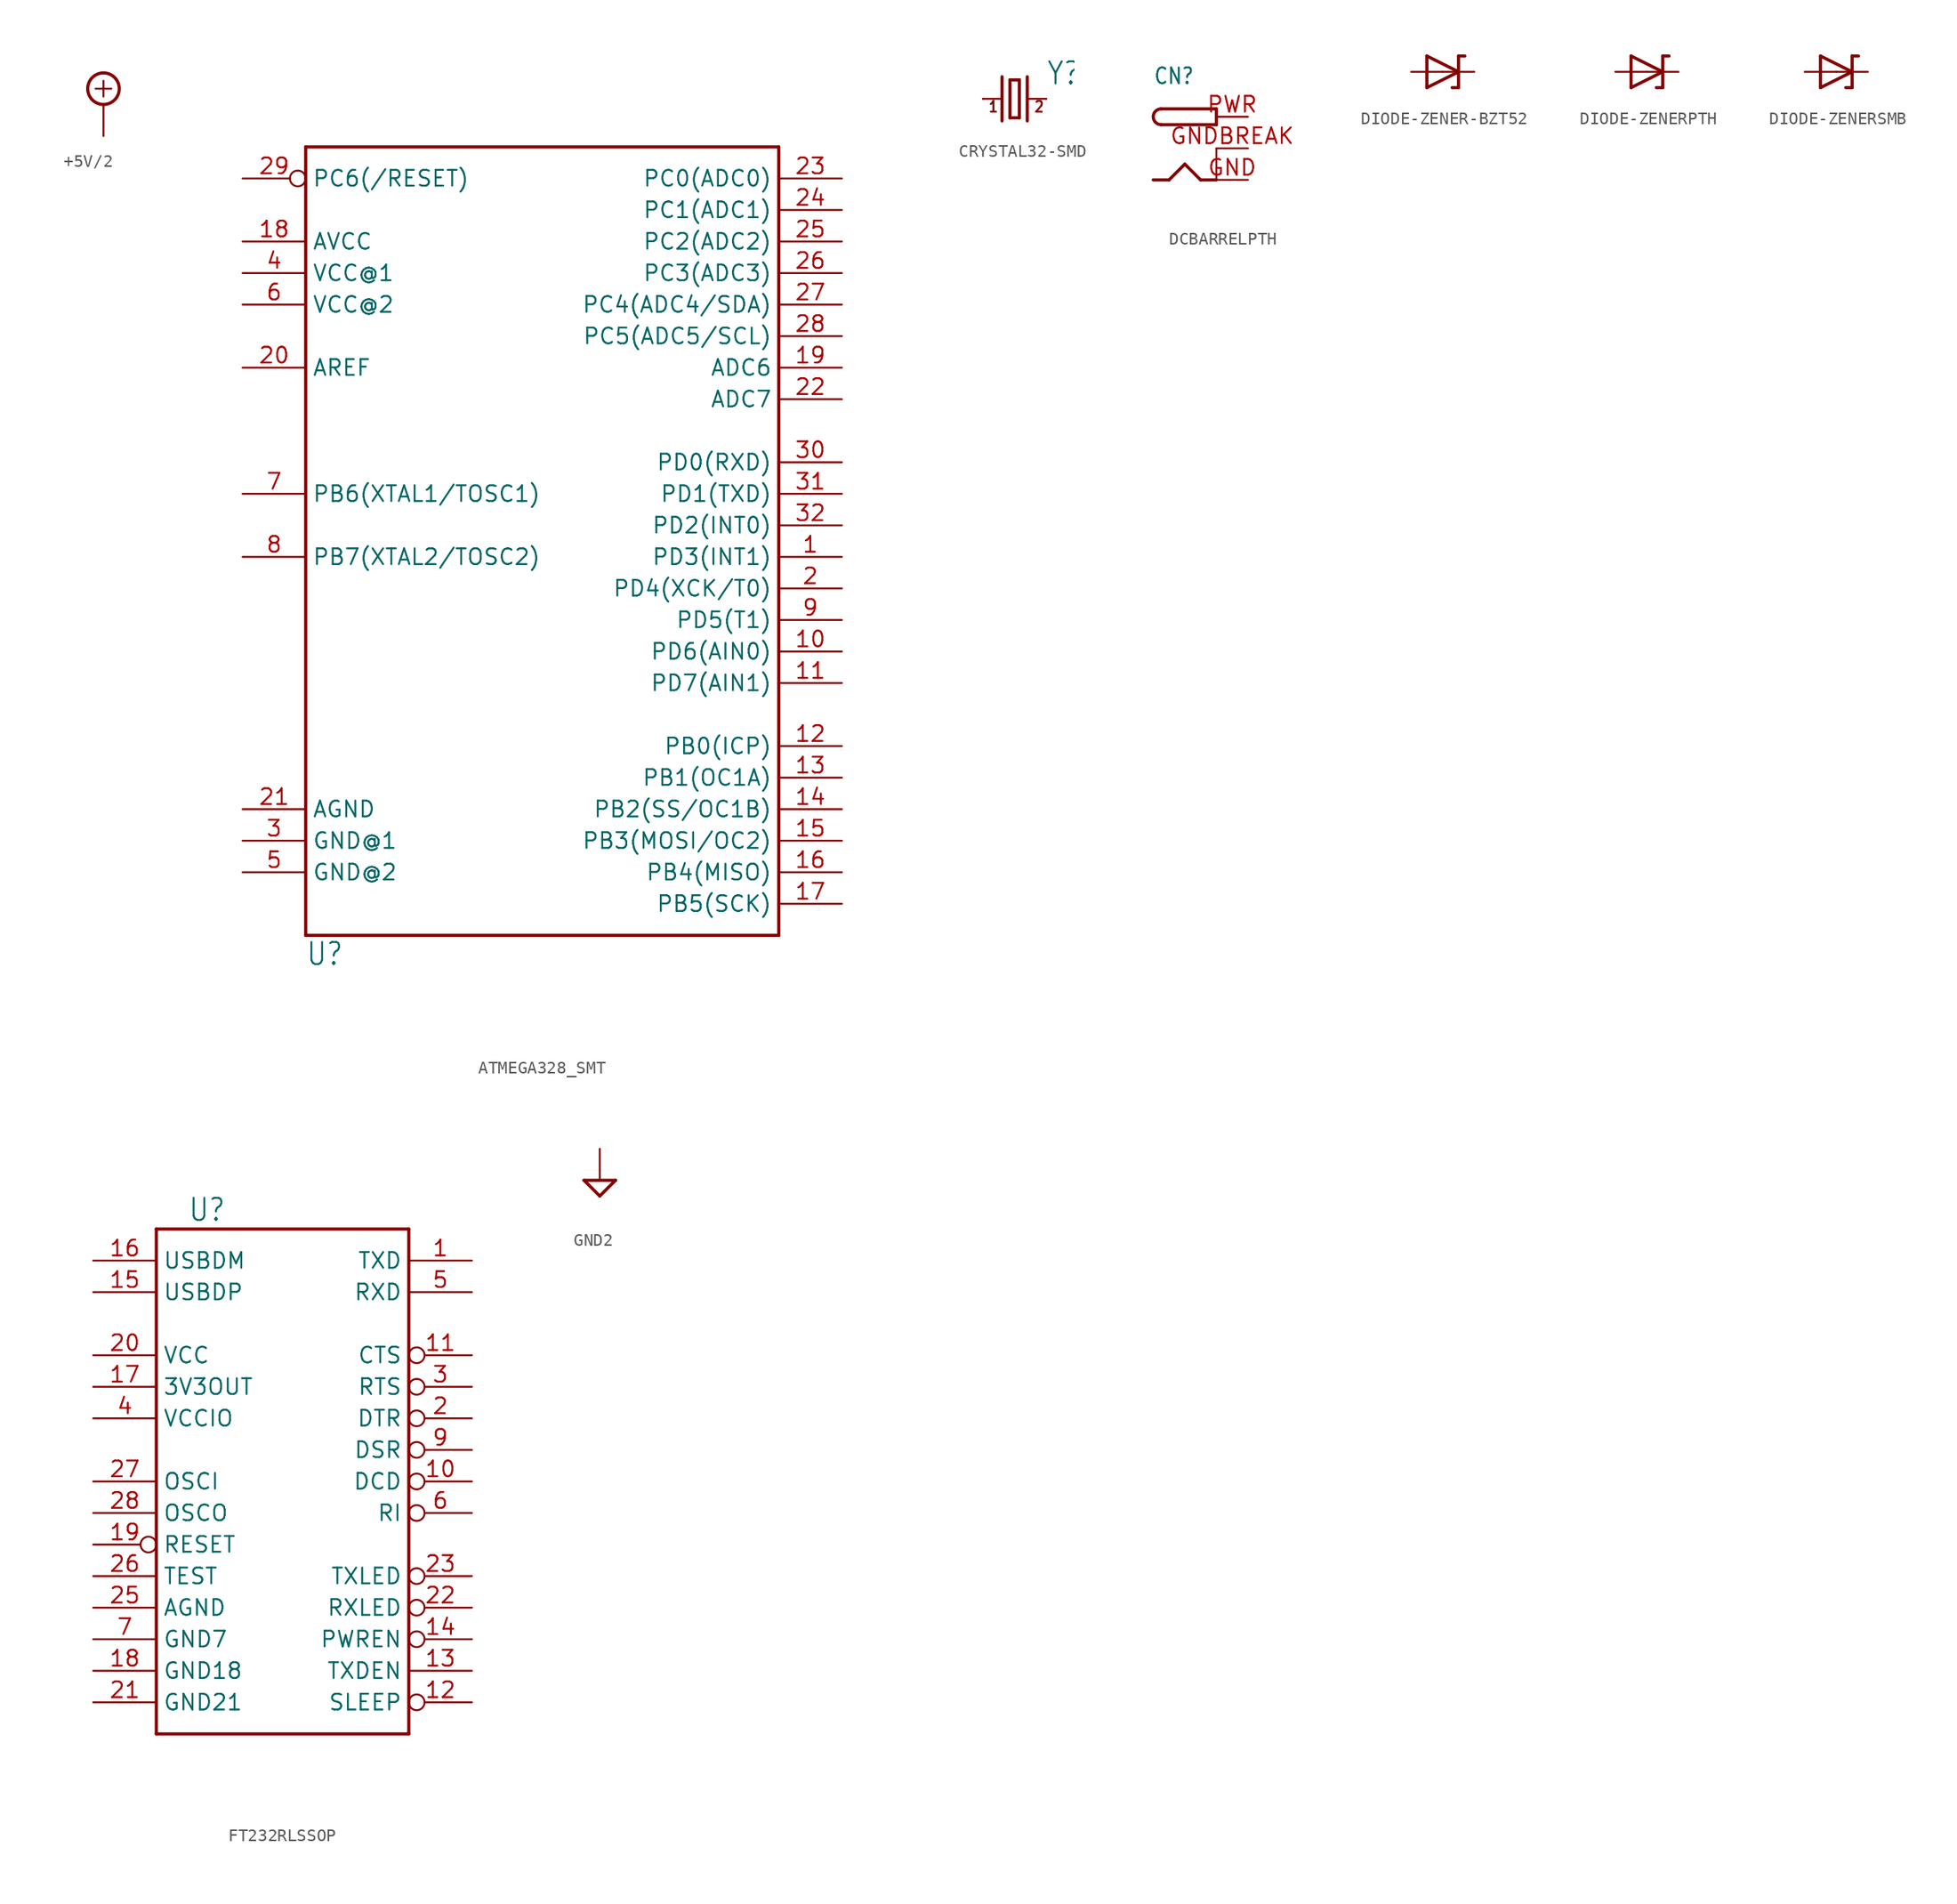
<source format=kicad_sym>
(kicad_symbol_lib
  (version 20231120)
  (generator "kicad_symbol_editor")
  (generator_version "8.0")
  (symbol "+5V/2"
    (power)
    (property "Reference" "#SUPPLY"
      (at 0 0 0)
      (effects (font (size 1.27 1.27)) (hide yes)))
    (property "Value" ""
      (at -3.81 3.175 0)
      (effects (font (size 1.778 1.511)) (justify left bottom)))
    (property "ki_locked" ""
      (at 0 0 0)
      (effects (font (size 1.27 1.27))))
    (symbol "+5V/2_1_0"
      (polyline (pts (xy -0.635 1.27) (xy 0.635 1.27)) (stroke (width 0.152) (type solid)) (fill (type none)))
      (polyline (pts (xy 0 0.635) (xy 0 1.905)) (stroke (width 0.152) (type solid)) (fill (type none)))
      (circle (center 0 1.27) (radius 1.27) (stroke (width 0.254) (type solid)) (fill (type none)))
      (pin power_in line (at 0 -2.54 90) (length 2.54) (name "+5V/2" (effects (font (size 0 0)))) (number "1" (effects (font (size 0 0)))))))
  (symbol "ATMEGA328_SMT"
    (property "Reference" "U"
      (at -17.78 -38.1 0)
      (effects (font (size 1.778 1.511)) (justify left bottom)))
    (property "Value" ""
      (at -17.78 28.448 0)
      (effects (font (size 1.778 1.511)) (justify left bottom)))
    (property "ki_locked" ""
      (at 0 0 0)
      (effects (font (size 1.27 1.27))))
    (symbol "ATMEGA328_SMT_1_0"
      (polyline (pts (xy -17.78 -35.56) (xy -17.78 27.94)) (stroke (width 0.254) (type solid)) (fill (type none)))
      (polyline (pts (xy -17.78 27.94) (xy 20.32 27.94)) (stroke (width 0.254) (type solid)) (fill (type none)))
      (polyline (pts (xy 20.32 -35.56) (xy -17.78 -35.56)) (stroke (width 0.254) (type solid)) (fill (type none)))
      (polyline (pts (xy 20.32 27.94) (xy 20.32 -35.56)) (stroke (width 0.254) (type solid)) (fill (type none)))
      (pin bidirectional line (at 25.4 -5.08 180) (length 5.08) (name "PD3(INT1)" (effects (font (size 1.27 1.27)))) (number "1" (effects (font (size 1.27 1.27)))))
      (pin bidirectional line (at 25.4 -12.7 180) (length 5.08) (name "PD6(AIN0)" (effects (font (size 1.27 1.27)))) (number "10" (effects (font (size 1.27 1.27)))))
      (pin bidirectional line (at 25.4 -15.24 180) (length 5.08) (name "PD7(AIN1)" (effects (font (size 1.27 1.27)))) (number "11" (effects (font (size 1.27 1.27)))))
      (pin bidirectional line (at 25.4 -20.32 180) (length 5.08) (name "PB0(ICP)" (effects (font (size 1.27 1.27)))) (number "12" (effects (font (size 1.27 1.27)))))
      (pin bidirectional line (at 25.4 -22.86 180) (length 5.08) (name "PB1(OC1A)" (effects (font (size 1.27 1.27)))) (number "13" (effects (font (size 1.27 1.27)))))
      (pin bidirectional line (at 25.4 -25.4 180) (length 5.08) (name "PB2(SS/OC1B)" (effects (font (size 1.27 1.27)))) (number "14" (effects (font (size 1.27 1.27)))))
      (pin bidirectional line (at 25.4 -27.94 180) (length 5.08) (name "PB3(MOSI/OC2)" (effects (font (size 1.27 1.27)))) (number "15" (effects (font (size 1.27 1.27)))))
      (pin bidirectional line (at 25.4 -30.48 180) (length 5.08) (name "PB4(MISO)" (effects (font (size 1.27 1.27)))) (number "16" (effects (font (size 1.27 1.27)))))
      (pin bidirectional line (at 25.4 -33.02 180) (length 5.08) (name "PB5(SCK)" (effects (font (size 1.27 1.27)))) (number "17" (effects (font (size 1.27 1.27)))))
      (pin bidirectional line (at -22.86 20.32 0) (length 5.08) (name "AVCC" (effects (font (size 1.27 1.27)))) (number "18" (effects (font (size 1.27 1.27)))))
      (pin bidirectional line (at 25.4 10.16 180) (length 5.08) (name "ADC6" (effects (font (size 1.27 1.27)))) (number "19" (effects (font (size 1.27 1.27)))))
      (pin bidirectional line (at 25.4 -7.62 180) (length 5.08) (name "PD4(XCK/T0)" (effects (font (size 1.27 1.27)))) (number "2" (effects (font (size 1.27 1.27)))))
      (pin bidirectional line (at -22.86 10.16 0) (length 5.08) (name "AREF" (effects (font (size 1.27 1.27)))) (number "20" (effects (font (size 1.27 1.27)))))
      (pin bidirectional line (at -22.86 -25.4 0) (length 5.08) (name "AGND" (effects (font (size 1.27 1.27)))) (number "21" (effects (font (size 1.27 1.27)))))
      (pin bidirectional line (at 25.4 7.62 180) (length 5.08) (name "ADC7" (effects (font (size 1.27 1.27)))) (number "22" (effects (font (size 1.27 1.27)))))
      (pin bidirectional line (at 25.4 25.4 180) (length 5.08) (name "PC0(ADC0)" (effects (font (size 1.27 1.27)))) (number "23" (effects (font (size 1.27 1.27)))))
      (pin bidirectional line (at 25.4 22.86 180) (length 5.08) (name "PC1(ADC1)" (effects (font (size 1.27 1.27)))) (number "24" (effects (font (size 1.27 1.27)))))
      (pin bidirectional line (at 25.4 20.32 180) (length 5.08) (name "PC2(ADC2)" (effects (font (size 1.27 1.27)))) (number "25" (effects (font (size 1.27 1.27)))))
      (pin bidirectional line (at 25.4 17.78 180) (length 5.08) (name "PC3(ADC3)" (effects (font (size 1.27 1.27)))) (number "26" (effects (font (size 1.27 1.27)))))
      (pin bidirectional line (at 25.4 15.24 180) (length 5.08) (name "PC4(ADC4/SDA)" (effects (font (size 1.27 1.27)))) (number "27" (effects (font (size 1.27 1.27)))))
      (pin bidirectional line (at 25.4 12.7 180) (length 5.08) (name "PC5(ADC5/SCL)" (effects (font (size 1.27 1.27)))) (number "28" (effects (font (size 1.27 1.27)))))
      (pin bidirectional inverted (at -22.86 25.4 0) (length 5.08) (name "PC6(/RESET)" (effects (font (size 1.27 1.27)))) (number "29" (effects (font (size 1.27 1.27)))))
      (pin bidirectional line (at -22.86 -27.94 0) (length 5.08) (name "GND@1" (effects (font (size 1.27 1.27)))) (number "3" (effects (font (size 1.27 1.27)))))
      (pin bidirectional line (at 25.4 2.54 180) (length 5.08) (name "PD0(RXD)" (effects (font (size 1.27 1.27)))) (number "30" (effects (font (size 1.27 1.27)))))
      (pin bidirectional line (at 25.4 0 180) (length 5.08) (name "PD1(TXD)" (effects (font (size 1.27 1.27)))) (number "31" (effects (font (size 1.27 1.27)))))
      (pin bidirectional line (at 25.4 -2.54 180) (length 5.08) (name "PD2(INT0)" (effects (font (size 1.27 1.27)))) (number "32" (effects (font (size 1.27 1.27)))))
      (pin bidirectional line (at -22.86 17.78 0) (length 5.08) (name "VCC@1" (effects (font (size 1.27 1.27)))) (number "4" (effects (font (size 1.27 1.27)))))
      (pin bidirectional line (at -22.86 -30.48 0) (length 5.08) (name "GND@2" (effects (font (size 1.27 1.27)))) (number "5" (effects (font (size 1.27 1.27)))))
      (pin bidirectional line (at -22.86 15.24 0) (length 5.08) (name "VCC@2" (effects (font (size 1.27 1.27)))) (number "6" (effects (font (size 1.27 1.27)))))
      (pin bidirectional line (at -22.86 0 0) (length 5.08) (name "PB6(XTAL1/TOSC1)" (effects (font (size 1.27 1.27)))) (number "7" (effects (font (size 1.27 1.27)))))
      (pin bidirectional line (at -22.86 -5.08 0) (length 5.08) (name "PB7(XTAL2/TOSC2)" (effects (font (size 1.27 1.27)))) (number "8" (effects (font (size 1.27 1.27)))))
      (pin bidirectional line (at 25.4 -10.16 180) (length 5.08) (name "PD5(T1)" (effects (font (size 1.27 1.27)))) (number "9" (effects (font (size 1.27 1.27)))))))
  (symbol "CRYSTAL32-SMD"
    (property "Reference" "Y"
      (at 2.54 1.016 0)
      (effects (font (size 1.778 1.511)) (justify left bottom)))
    (property "Value" ""
      (at 2.54 -2.54 0)
      (effects (font (size 1.778 1.511)) (justify left bottom)))
    (property "ki_locked" ""
      (at 0 0 0)
      (effects (font (size 1.27 1.27))))
    (symbol "CRYSTAL32-SMD_1_0"
      (polyline (pts (xy -2.54 0) (xy -1.016 0)) (stroke (width 0.152) (type solid)) (fill (type none)))
      (polyline (pts (xy -1.016 1.778) (xy -1.016 -1.778)) (stroke (width 0.254) (type solid)) (fill (type none)))
      (polyline (pts (xy -0.381 -1.524) (xy 0.381 -1.524)) (stroke (width 0.254) (type solid)) (fill (type none)))
      (polyline (pts (xy -0.381 1.524) (xy -0.381 -1.524)) (stroke (width 0.254) (type solid)) (fill (type none)))
      (polyline (pts (xy 0.381 -1.524) (xy 0.381 1.524)) (stroke (width 0.254) (type solid)) (fill (type none)))
      (polyline (pts (xy 0.381 1.524) (xy -0.381 1.524)) (stroke (width 0.254) (type solid)) (fill (type none)))
      (polyline (pts (xy 1.016 0) (xy 2.54 0)) (stroke (width 0.152) (type solid)) (fill (type none)))
      (polyline (pts (xy 1.016 1.778) (xy 1.016 -1.778)) (stroke (width 0.254) (type solid)) (fill (type none)))
      (text "1" (at -2.159 -1.143 0) (effects (font (size 0.864 0.734)) (justify left bottom)))
      (text "2" (at 1.524 -1.143 0) (effects (font (size 0.864 0.734)) (justify left bottom)))
      (pin passive line (at -2.54 0 0) (length 0) (name "1" (effects (font (size 0 0)))) (number "X1" (effects (font (size 0 0)))))
      (pin passive line (at 2.54 0 180) (length 0) (name "2" (effects (font (size 0 0)))) (number "X2" (effects (font (size 0 0)))))))
  (symbol "DCBARRELPTH"
    (property "Reference" "CN"
      (at -5.08 5.08 0)
      (effects (font (size 1.27 1.079)) (justify left bottom)))
    (property "Value" ""
      (at -5.08 -5.08 0)
      (effects (font (size 1.27 1.079)) (justify left bottom)))
    (property "ki_locked" ""
      (at 0 0 0)
      (effects (font (size 1.27 1.27))))
    (symbol "DCBARRELPTH_1_0"
      (arc (start -4.445 3.175) (mid -5.08 2.54) (end -4.445 1.905) (stroke (width 0.254) (type solid)) (fill (type none)))
      (polyline (pts (xy -5.08 -2.54) (xy -3.81 -2.54)) (stroke (width 0.254) (type solid)) (fill (type none)))
      (polyline (pts (xy -3.81 -2.54) (xy -2.54 -1.27)) (stroke (width 0.254) (type solid)) (fill (type none)))
      (polyline (pts (xy -2.54 -1.27) (xy -1.27 -2.54)) (stroke (width 0.254) (type solid)) (fill (type none)))
      (polyline (pts (xy 0 -2.54) (xy -1.27 -2.54)) (stroke (width 0.254) (type solid)) (fill (type none)))
      (polyline (pts (xy 0 0) (xy 0 -2.54)) (stroke (width 0.152) (type solid)) (fill (type none)))
      (polyline (pts (xy 0 1.905) (xy -4.445 1.905)) (stroke (width 0.254) (type solid)) (fill (type none)))
      (polyline (pts (xy 0 3.175) (xy -4.445 3.175)) (stroke (width 0.254) (type solid)) (fill (type none)))
      (polyline (pts (xy 0 3.175) (xy 0 1.905)) (stroke (width 0.254) (type solid)) (fill (type none)))
      (pin power_in line (at 2.54 -2.54 180) (length 2.54) (name "GND" (effects (font (size 0 0)))) (number "GND" (effects (font (size 1.27 1.27)))))
      (pin power_in line (at 2.54 0 180) (length 2.54) (name "GNDBREAK" (effects (font (size 0 0)))) (number "GNDBREAK" (effects (font (size 1.27 1.27)))))
      (pin power_in line (at 2.54 2.54 180) (length 2.54) (name "PWR" (effects (font (size 0 0)))) (number "PWR" (effects (font (size 1.27 1.27)))))))
  (symbol "DIODE-ZENER-BZT52"
    (property "Reference" ""
      (at 2.54 0.483 0)
      (effects (font (size 1.778 1.511)) (justify left bottom) (hide yes)))
    (property "Value" ""
      (at 2.54 -2.311 0)
      (effects (font (size 1.778 1.511)) (justify left bottom)))
    (property "ki_locked" ""
      (at 0 0 0)
      (effects (font (size 1.27 1.27))))
    (symbol "DIODE-ZENER-BZT52_1_0"
      (polyline (pts (xy -1.27 -1.27) (xy 1.27 0)) (stroke (width 0.254) (type solid)) (fill (type none)))
      (polyline (pts (xy -1.27 1.27) (xy -1.27 -1.27)) (stroke (width 0.254) (type solid)) (fill (type none)))
      (polyline (pts (xy 1.27 -1.27) (xy 0.762 -1.27)) (stroke (width 0.254) (type solid)) (fill (type none)))
      (polyline (pts (xy 1.27 0) (xy -1.27 1.27)) (stroke (width 0.254) (type solid)) (fill (type none)))
      (polyline (pts (xy 1.27 0) (xy 1.27 -1.27)) (stroke (width 0.254) (type solid)) (fill (type none)))
      (polyline (pts (xy 1.27 1.27) (xy 1.27 0)) (stroke (width 0.254) (type solid)) (fill (type none)))
      (polyline (pts (xy 1.27 1.27) (xy 1.778 1.27)) (stroke (width 0.254) (type solid)) (fill (type none)))
      (pin passive line (at -2.54 0 0) (length 2.54) (name "A" (effects (font (size 0 0)))) (number "A" (effects (font (size 0 0)))))
      (pin passive line (at 2.54 0 180) (length 2.54) (name "C" (effects (font (size 0 0)))) (number "C" (effects (font (size 0 0)))))))
  (symbol "DIODE-ZENERPTH"
    (property "Reference" ""
      (at 2.54 0.483 0)
      (effects (font (size 1.778 1.511)) (justify left bottom) (hide yes)))
    (property "Value" ""
      (at 2.54 -2.311 0)
      (effects (font (size 1.778 1.511)) (justify left bottom)))
    (property "ki_locked" ""
      (at 0 0 0)
      (effects (font (size 1.27 1.27))))
    (symbol "DIODE-ZENERPTH_1_0"
      (polyline (pts (xy -1.27 -1.27) (xy 1.27 0)) (stroke (width 0.254) (type solid)) (fill (type none)))
      (polyline (pts (xy -1.27 1.27) (xy -1.27 -1.27)) (stroke (width 0.254) (type solid)) (fill (type none)))
      (polyline (pts (xy 1.27 -1.27) (xy 0.762 -1.27)) (stroke (width 0.254) (type solid)) (fill (type none)))
      (polyline (pts (xy 1.27 0) (xy -1.27 1.27)) (stroke (width 0.254) (type solid)) (fill (type none)))
      (polyline (pts (xy 1.27 0) (xy 1.27 -1.27)) (stroke (width 0.254) (type solid)) (fill (type none)))
      (polyline (pts (xy 1.27 1.27) (xy 1.27 0)) (stroke (width 0.254) (type solid)) (fill (type none)))
      (polyline (pts (xy 1.27 1.27) (xy 1.778 1.27)) (stroke (width 0.254) (type solid)) (fill (type none)))
      (pin passive line (at 2.54 0 180) (length 2.54) (name "C" (effects (font (size 0 0)))) (number "P$1" (effects (font (size 0 0)))))
      (pin passive line (at -2.54 0 0) (length 2.54) (name "A" (effects (font (size 0 0)))) (number "P$2" (effects (font (size 0 0)))))))
  (symbol "DIODE-ZENERSMB"
    (property "Reference" ""
      (at 2.54 0.483 0)
      (effects (font (size 1.778 1.511)) (justify left bottom) (hide yes)))
    (property "Value" ""
      (at 2.54 -2.311 0)
      (effects (font (size 1.778 1.511)) (justify left bottom)))
    (property "ki_locked" ""
      (at 0 0 0)
      (effects (font (size 1.27 1.27))))
    (symbol "DIODE-ZENERSMB_1_0"
      (polyline (pts (xy -1.27 -1.27) (xy 1.27 0)) (stroke (width 0.254) (type solid)) (fill (type none)))
      (polyline (pts (xy -1.27 1.27) (xy -1.27 -1.27)) (stroke (width 0.254) (type solid)) (fill (type none)))
      (polyline (pts (xy 1.27 -1.27) (xy 0.762 -1.27)) (stroke (width 0.254) (type solid)) (fill (type none)))
      (polyline (pts (xy 1.27 0) (xy -1.27 1.27)) (stroke (width 0.254) (type solid)) (fill (type none)))
      (polyline (pts (xy 1.27 0) (xy 1.27 -1.27)) (stroke (width 0.254) (type solid)) (fill (type none)))
      (polyline (pts (xy 1.27 1.27) (xy 1.27 0)) (stroke (width 0.254) (type solid)) (fill (type none)))
      (polyline (pts (xy 1.27 1.27) (xy 1.778 1.27)) (stroke (width 0.254) (type solid)) (fill (type none)))
      (pin passive line (at -2.54 0 0) (length 2.54) (name "A" (effects (font (size 0 0)))) (number "A" (effects (font (size 0 0)))))
      (pin passive line (at 2.54 0 180) (length 2.54) (name "C" (effects (font (size 0 0)))) (number "C" (effects (font (size 0 0)))))))
  (symbol "FT232RLSSOP"
    (property "Reference" "U"
      (at -7.62 20.828 0)
      (effects (font (size 1.778 1.511)) (justify left bottom)))
    (property "Value" ""
      (at -7.62 -22.86 0)
      (effects (font (size 1.778 1.511)) (justify left bottom)))
    (property "ki_locked" ""
      (at 0 0 0)
      (effects (font (size 1.27 1.27))))
    (symbol "FT232RLSSOP_1_0"
      (polyline (pts (xy -10.16 -20.32) (xy -10.16 20.32)) (stroke (width 0.254) (type solid)) (fill (type none)))
      (polyline (pts (xy -10.16 20.32) (xy 10.16 20.32)) (stroke (width 0.254) (type solid)) (fill (type none)))
      (polyline (pts (xy 10.16 -20.32) (xy -10.16 -20.32)) (stroke (width 0.254) (type solid)) (fill (type none)))
      (polyline (pts (xy 10.16 20.32) (xy 10.16 -20.32)) (stroke (width 0.254) (type solid)) (fill (type none)))
      (pin output line (at 15.24 17.78 180) (length 5.08) (name "TXD" (effects (font (size 1.27 1.27)))) (number "1" (effects (font (size 1.27 1.27)))))
      (pin input inverted (at 15.24 0 180) (length 5.08) (name "DCD" (effects (font (size 1.27 1.27)))) (number "10" (effects (font (size 1.27 1.27)))))
      (pin input inverted (at 15.24 10.16 180) (length 5.08) (name "CTS" (effects (font (size 1.27 1.27)))) (number "11" (effects (font (size 1.27 1.27)))))
      (pin input inverted (at 15.24 -17.78 180) (length 5.08) (name "SLEEP" (effects (font (size 1.27 1.27)))) (number "12" (effects (font (size 1.27 1.27)))))
      (pin input line (at 15.24 -15.24 180) (length 5.08) (name "TXDEN" (effects (font (size 1.27 1.27)))) (number "13" (effects (font (size 1.27 1.27)))))
      (pin input inverted (at 15.24 -12.7 180) (length 5.08) (name "PWREN" (effects (font (size 1.27 1.27)))) (number "14" (effects (font (size 1.27 1.27)))))
      (pin bidirectional line (at -15.24 15.24 0) (length 5.08) (name "USBDP" (effects (font (size 1.27 1.27)))) (number "15" (effects (font (size 1.27 1.27)))))
      (pin bidirectional line (at -15.24 17.78 0) (length 5.08) (name "USBDM" (effects (font (size 1.27 1.27)))) (number "16" (effects (font (size 1.27 1.27)))))
      (pin output line (at -15.24 7.62 0) (length 5.08) (name "3V3OUT" (effects (font (size 1.27 1.27)))) (number "17" (effects (font (size 1.27 1.27)))))
      (pin power_in line (at -15.24 -15.24 0) (length 5.08) (name "GND18" (effects (font (size 1.27 1.27)))) (number "18" (effects (font (size 1.27 1.27)))))
      (pin input inverted (at -15.24 -5.08 0) (length 5.08) (name "RESET" (effects (font (size 1.27 1.27)))) (number "19" (effects (font (size 1.27 1.27)))))
      (pin output inverted (at 15.24 5.08 180) (length 5.08) (name "DTR" (effects (font (size 1.27 1.27)))) (number "2" (effects (font (size 1.27 1.27)))))
      (pin power_in line (at -15.24 10.16 0) (length 5.08) (name "VCC" (effects (font (size 1.27 1.27)))) (number "20" (effects (font (size 1.27 1.27)))))
      (pin power_in line (at -15.24 -17.78 0) (length 5.08) (name "GND21" (effects (font (size 1.27 1.27)))) (number "21" (effects (font (size 1.27 1.27)))))
      (pin input inverted (at 15.24 -10.16 180) (length 5.08) (name "RXLED" (effects (font (size 1.27 1.27)))) (number "22" (effects (font (size 1.27 1.27)))))
      (pin input inverted (at 15.24 -7.62 180) (length 5.08) (name "TXLED" (effects (font (size 1.27 1.27)))) (number "23" (effects (font (size 1.27 1.27)))))
      (pin power_in line (at -15.24 -10.16 0) (length 5.08) (name "AGND" (effects (font (size 1.27 1.27)))) (number "25" (effects (font (size 1.27 1.27)))))
      (pin input line (at -15.24 -7.62 0) (length 5.08) (name "TEST" (effects (font (size 1.27 1.27)))) (number "26" (effects (font (size 1.27 1.27)))))
      (pin input line (at -15.24 0 0) (length 5.08) (name "OSCI" (effects (font (size 1.27 1.27)))) (number "27" (effects (font (size 1.27 1.27)))))
      (pin output line (at -15.24 -2.54 0) (length 5.08) (name "OSCO" (effects (font (size 1.27 1.27)))) (number "28" (effects (font (size 1.27 1.27)))))
      (pin output inverted (at 15.24 7.62 180) (length 5.08) (name "RTS" (effects (font (size 1.27 1.27)))) (number "3" (effects (font (size 1.27 1.27)))))
      (pin power_in line (at -15.24 5.08 0) (length 5.08) (name "VCCIO" (effects (font (size 1.27 1.27)))) (number "4" (effects (font (size 1.27 1.27)))))
      (pin input line (at 15.24 15.24 180) (length 5.08) (name "RXD" (effects (font (size 1.27 1.27)))) (number "5" (effects (font (size 1.27 1.27)))))
      (pin input inverted (at 15.24 -2.54 180) (length 5.08) (name "RI" (effects (font (size 1.27 1.27)))) (number "6" (effects (font (size 1.27 1.27)))))
      (pin power_in line (at -15.24 -12.7 0) (length 5.08) (name "GND7" (effects (font (size 1.27 1.27)))) (number "7" (effects (font (size 1.27 1.27)))))
      (pin input inverted (at 15.24 2.54 180) (length 5.08) (name "DSR" (effects (font (size 1.27 1.27)))) (number "9" (effects (font (size 1.27 1.27)))))))
  (symbol "GND2"
    (power)
    (property "Reference" "#SUPPLY"
      (at 0 0 0)
      (effects (font (size 1.27 1.27)) (hide yes)))
    (property "Value" ""
      (at -2.413 -3.175 0)
      (effects (font (size 1.778 1.511)) (justify left bottom)))
    (property "ki_locked" ""
      (at 0 0 0)
      (effects (font (size 1.27 1.27))))
    (symbol "GND2_1_0"
      (polyline (pts (xy -1.27 0) (xy 1.27 0)) (stroke (width 0.254) (type solid)) (fill (type none)))
      (polyline (pts (xy 0 -1.27) (xy -1.27 0)) (stroke (width 0.254) (type solid)) (fill (type none)))
      (polyline (pts (xy 1.27 0) (xy 0 -1.27)) (stroke (width 0.254) (type solid)) (fill (type none)))
      (pin power_in line (at 0 2.54 270) (length 2.54) (name "GND2" (effects (font (size 0 0)))) (number "1" (effects (font (size 0 0))))))))
</source>
